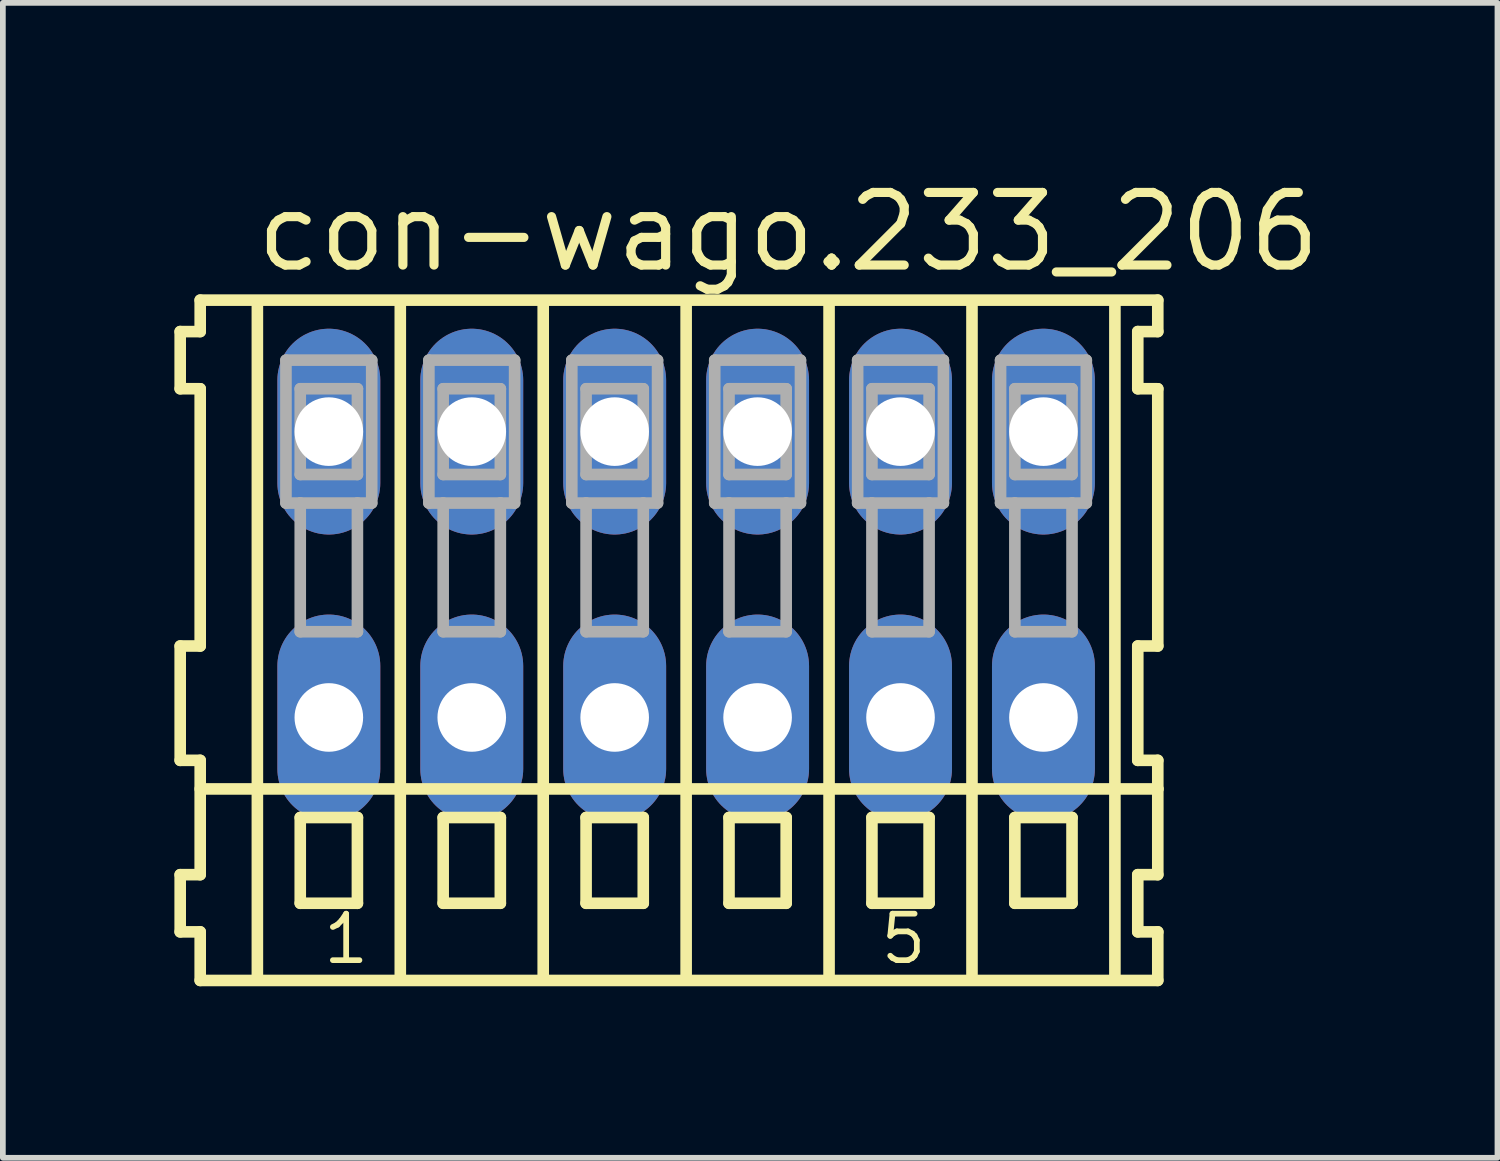
<source format=kicad_pcb>
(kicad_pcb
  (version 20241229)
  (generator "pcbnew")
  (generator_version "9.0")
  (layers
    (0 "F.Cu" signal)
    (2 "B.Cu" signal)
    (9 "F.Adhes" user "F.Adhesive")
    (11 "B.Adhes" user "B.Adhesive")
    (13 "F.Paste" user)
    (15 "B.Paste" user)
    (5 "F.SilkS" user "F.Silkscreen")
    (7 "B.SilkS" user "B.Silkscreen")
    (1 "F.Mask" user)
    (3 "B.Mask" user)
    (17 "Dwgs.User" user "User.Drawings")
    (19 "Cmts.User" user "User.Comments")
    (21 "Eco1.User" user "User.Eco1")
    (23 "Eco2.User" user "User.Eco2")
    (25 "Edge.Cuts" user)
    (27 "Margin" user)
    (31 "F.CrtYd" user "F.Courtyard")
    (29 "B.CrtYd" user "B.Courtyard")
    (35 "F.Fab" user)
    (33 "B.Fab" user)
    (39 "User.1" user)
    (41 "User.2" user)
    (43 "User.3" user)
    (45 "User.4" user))
  (footprint "con-wago.233_206"
    (layer "F.Cu")
    (at 8.952 7)
    (property "Reference" "con-wago.233_206" (at -7.6 -5.25 0) (layer "F.SilkS") (effects (font (size 1.27 1.27) (thickness 0.16)) (justify left bottom)))
    (attr through_hole)
    (fp_line (start -8.85 -4.25) (end -8.85 -3.25) (stroke (width 0.203) (type default)) (layer "F.SilkS"))
    (fp_line (start -8.85 -3.25) (end -8.5 -3.25) (stroke (width 0.203) (type default)) (layer "F.SilkS"))
    (fp_line (start -8.85 1.25) (end -8.85 3.25) (stroke (width 0.203) (type default)) (layer "F.SilkS"))
    (fp_line (start -8.85 3.25) (end -8.5 3.25) (stroke (width 0.203) (type default)) (layer "F.SilkS"))
    (fp_line (start -8.85 5.25) (end -8.85 6.25) (stroke (width 0.203) (type default)) (layer "F.SilkS"))
    (fp_line (start -8.85 6.25) (end -8.5 6.25) (stroke (width 0.203) (type default)) (layer "F.SilkS"))
    (fp_line (start -8.5 -4.8) (end -8.5 -4.25) (stroke (width 0.203) (type default)) (layer "F.SilkS"))
    (fp_line (start -8.5 -4.25) (end -8.85 -4.25) (stroke (width 0.203) (type default)) (layer "F.SilkS"))
    (fp_line (start -8.5 -3.25) (end -8.5 1.25) (stroke (width 0.203) (type default)) (layer "F.SilkS"))
    (fp_line (start -8.5 1.25) (end -8.85 1.25) (stroke (width 0.203) (type default)) (layer "F.SilkS"))
    (fp_line (start -8.5 3.25) (end -8.5 5.25) (stroke (width 0.203) (type default)) (layer "F.SilkS"))
    (fp_line (start -8.5 3.75) (end 8.25 3.75) (stroke (width 0.203) (type default)) (layer "F.SilkS"))
    (fp_line (start -8.5 5.25) (end -8.85 5.25) (stroke (width 0.203) (type default)) (layer "F.SilkS"))
    (fp_line (start -8.5 6.25) (end -8.5 7.1) (stroke (width 0.203) (type default)) (layer "F.SilkS"))
    (fp_line (start -8.5 7.1) (end 8.25 7.1) (stroke (width 0.203) (type default)) (layer "F.SilkS"))
    (fp_line (start -7.5 -4.75) (end -7.5 7) (stroke (width 0.203) (type default)) (layer "F.SilkS"))
    (fp_line (start -6.75 4.25) (end -6.75 5.75) (stroke (width 0.203) (type default)) (layer "F.SilkS"))
    (fp_line (start -6.75 5.75) (end -5.75 5.75) (stroke (width 0.203) (type default)) (layer "F.SilkS"))
    (fp_line (start -5.75 4.25) (end -6.75 4.25) (stroke (width 0.203) (type default)) (layer "F.SilkS"))
    (fp_line (start -5.75 5.75) (end -5.75 4.25) (stroke (width 0.203) (type default)) (layer "F.SilkS"))
    (fp_line (start -5 -4.75) (end -5 7) (stroke (width 0.203) (type default)) (layer "F.SilkS"))
    (fp_line (start -4.25 4.25) (end -4.25 5.75) (stroke (width 0.203) (type default)) (layer "F.SilkS"))
    (fp_line (start -4.25 5.75) (end -3.25 5.75) (stroke (width 0.203) (type default)) (layer "F.SilkS"))
    (fp_line (start -3.25 4.25) (end -4.25 4.25) (stroke (width 0.203) (type default)) (layer "F.SilkS"))
    (fp_line (start -3.25 5.75) (end -3.25 4.25) (stroke (width 0.203) (type default)) (layer "F.SilkS"))
    (fp_line (start -2.5 -4.75) (end -2.5 7) (stroke (width 0.203) (type default)) (layer "F.SilkS"))
    (fp_line (start -1.75 4.25) (end -1.75 5.75) (stroke (width 0.203) (type default)) (layer "F.SilkS"))
    (fp_line (start -1.75 5.75) (end -0.75 5.75) (stroke (width 0.203) (type default)) (layer "F.SilkS"))
    (fp_line (start -0.75 4.25) (end -1.75 4.25) (stroke (width 0.203) (type default)) (layer "F.SilkS"))
    (fp_line (start -0.75 5.75) (end -0.75 4.25) (stroke (width 0.203) (type default)) (layer "F.SilkS"))
    (fp_line (start 0 -4.75) (end 0 7) (stroke (width 0.203) (type default)) (layer "F.SilkS"))
    (fp_line (start 0.75 4.25) (end 0.75 5.75) (stroke (width 0.203) (type default)) (layer "F.SilkS"))
    (fp_line (start 0.75 5.75) (end 1.75 5.75) (stroke (width 0.203) (type default)) (layer "F.SilkS"))
    (fp_line (start 1.75 4.25) (end 0.75 4.25) (stroke (width 0.203) (type default)) (layer "F.SilkS"))
    (fp_line (start 1.75 5.75) (end 1.75 4.25) (stroke (width 0.203) (type default)) (layer "F.SilkS"))
    (fp_line (start 2.5 -4.75) (end 2.5 7) (stroke (width 0.203) (type default)) (layer "F.SilkS"))
    (fp_line (start 3.25 4.25) (end 3.25 5.75) (stroke (width 0.203) (type default)) (layer "F.SilkS"))
    (fp_line (start 3.25 5.75) (end 4.25 5.75) (stroke (width 0.203) (type default)) (layer "F.SilkS"))
    (fp_line (start 4.25 4.25) (end 3.25 4.25) (stroke (width 0.203) (type default)) (layer "F.SilkS"))
    (fp_line (start 4.25 5.75) (end 4.25 4.25) (stroke (width 0.203) (type default)) (layer "F.SilkS"))
    (fp_line (start 5 -4.75) (end 5 7) (stroke (width 0.203) (type default)) (layer "F.SilkS"))
    (fp_line (start 5.75 4.25) (end 5.75 5.75) (stroke (width 0.203) (type default)) (layer "F.SilkS"))
    (fp_line (start 5.75 5.75) (end 6.75 5.75) (stroke (width 0.203) (type default)) (layer "F.SilkS"))
    (fp_line (start 6.75 4.25) (end 5.75 4.25) (stroke (width 0.203) (type default)) (layer "F.SilkS"))
    (fp_line (start 6.75 5.75) (end 6.75 4.25) (stroke (width 0.203) (type default)) (layer "F.SilkS"))
    (fp_line (start 7.5 -4.75) (end 7.5 7) (stroke (width 0.203) (type default)) (layer "F.SilkS"))
    (fp_line (start 7.9 -4.25) (end 7.9 -3.25) (stroke (width 0.203) (type default)) (layer "F.SilkS"))
    (fp_line (start 7.9 -3.25) (end 8.25 -3.25) (stroke (width 0.203) (type default)) (layer "F.SilkS"))
    (fp_line (start 7.9 1.25) (end 7.9 3.25) (stroke (width 0.203) (type default)) (layer "F.SilkS"))
    (fp_line (start 7.9 3.25) (end 8.25 3.25) (stroke (width 0.203) (type default)) (layer "F.SilkS"))
    (fp_line (start 7.9 5.25) (end 7.9 6.25) (stroke (width 0.203) (type default)) (layer "F.SilkS"))
    (fp_line (start 7.9 6.25) (end 8.25 6.25) (stroke (width 0.203) (type default)) (layer "F.SilkS"))
    (fp_line (start 8.25 -4.8) (end -8.5 -4.8) (stroke (width 0.203) (type default)) (layer "F.SilkS"))
    (fp_line (start 8.25 -4.25) (end 7.9 -4.25) (stroke (width 0.203) (type default)) (layer "F.SilkS"))
    (fp_line (start 8.25 -4.25) (end 8.25 -4.8) (stroke (width 0.203) (type default)) (layer "F.SilkS"))
    (fp_line (start 8.25 1.25) (end 7.9 1.25) (stroke (width 0.203) (type default)) (layer "F.SilkS"))
    (fp_line (start 8.25 1.25) (end 8.25 -3.25) (stroke (width 0.203) (type default)) (layer "F.SilkS"))
    (fp_line (start 8.25 3.75) (end 8.25 3.25) (stroke (width 0.203) (type default)) (layer "F.SilkS"))
    (fp_line (start 8.25 5.25) (end 7.9 5.25) (stroke (width 0.203) (type default)) (layer "F.SilkS"))
    (fp_line (start 8.25 5.25) (end 8.25 3.75) (stroke (width 0.203) (type default)) (layer "F.SilkS"))
    (fp_line (start 8.25 7.1) (end 8.25 6.25) (stroke (width 0.203) (type default)) (layer "F.SilkS"))
    (fp_line (start -7 -3.75) (end -7 -1.25) (stroke (width 0.203) (type default)) (layer "F.Fab"))
    (fp_line (start -7 -1.25) (end -6.75 -1.25) (stroke (width 0.203) (type default)) (layer "F.Fab"))
    (fp_line (start -6.75 -3.25) (end -6.75 -1.75) (stroke (width 0.203) (type default)) (layer "F.Fab"))
    (fp_line (start -6.75 -1.75) (end -5.75 -1.75) (stroke (width 0.203) (type default)) (layer "F.Fab"))
    (fp_line (start -6.75 -1.25) (end -6.75 1) (stroke (width 0.203) (type default)) (layer "F.Fab"))
    (fp_line (start -6.75 -1.25) (end -5.75 -1.25) (stroke (width 0.203) (type default)) (layer "F.Fab"))
    (fp_line (start -6.75 1) (end -5.75 1) (stroke (width 0.203) (type default)) (layer "F.Fab"))
    (fp_line (start -5.75 -3.25) (end -6.75 -3.25) (stroke (width 0.203) (type default)) (layer "F.Fab"))
    (fp_line (start -5.75 -1.75) (end -5.75 -3.25) (stroke (width 0.203) (type default)) (layer "F.Fab"))
    (fp_line (start -5.75 -1.25) (end -5.5 -1.25) (stroke (width 0.203) (type default)) (layer "F.Fab"))
    (fp_line (start -5.75 1) (end -5.75 -1.25) (stroke (width 0.203) (type default)) (layer "F.Fab"))
    (fp_line (start -5.5 -3.75) (end -7 -3.75) (stroke (width 0.203) (type default)) (layer "F.Fab"))
    (fp_line (start -5.5 -1.25) (end -5.5 -3.75) (stroke (width 0.203) (type default)) (layer "F.Fab"))
    (fp_line (start -4.5 -3.75) (end -4.5 -1.25) (stroke (width 0.203) (type default)) (layer "F.Fab"))
    (fp_line (start -4.5 -1.25) (end -4.25 -1.25) (stroke (width 0.203) (type default)) (layer "F.Fab"))
    (fp_line (start -4.25 -3.25) (end -4.25 -1.75) (stroke (width 0.203) (type default)) (layer "F.Fab"))
    (fp_line (start -4.25 -1.75) (end -3.25 -1.75) (stroke (width 0.203) (type default)) (layer "F.Fab"))
    (fp_line (start -4.25 -1.25) (end -4.25 1) (stroke (width 0.203) (type default)) (layer "F.Fab"))
    (fp_line (start -4.25 -1.25) (end -3.25 -1.25) (stroke (width 0.203) (type default)) (layer "F.Fab"))
    (fp_line (start -4.25 1) (end -3.25 1) (stroke (width 0.203) (type default)) (layer "F.Fab"))
    (fp_line (start -3.25 -3.25) (end -4.25 -3.25) (stroke (width 0.203) (type default)) (layer "F.Fab"))
    (fp_line (start -3.25 -1.75) (end -3.25 -3.25) (stroke (width 0.203) (type default)) (layer "F.Fab"))
    (fp_line (start -3.25 -1.25) (end -3 -1.25) (stroke (width 0.203) (type default)) (layer "F.Fab"))
    (fp_line (start -3.25 1) (end -3.25 -1.25) (stroke (width 0.203) (type default)) (layer "F.Fab"))
    (fp_line (start -3 -3.75) (end -4.5 -3.75) (stroke (width 0.203) (type default)) (layer "F.Fab"))
    (fp_line (start -3 -1.25) (end -3 -3.75) (stroke (width 0.203) (type default)) (layer "F.Fab"))
    (fp_line (start -2 -3.75) (end -2 -1.25) (stroke (width 0.203) (type default)) (layer "F.Fab"))
    (fp_line (start -2 -1.25) (end -1.75 -1.25) (stroke (width 0.203) (type default)) (layer "F.Fab"))
    (fp_line (start -1.75 -3.25) (end -1.75 -1.75) (stroke (width 0.203) (type default)) (layer "F.Fab"))
    (fp_line (start -1.75 -1.75) (end -0.75 -1.75) (stroke (width 0.203) (type default)) (layer "F.Fab"))
    (fp_line (start -1.75 -1.25) (end -1.75 1) (stroke (width 0.203) (type default)) (layer "F.Fab"))
    (fp_line (start -1.75 -1.25) (end -0.75 -1.25) (stroke (width 0.203) (type default)) (layer "F.Fab"))
    (fp_line (start -1.75 1) (end -0.75 1) (stroke (width 0.203) (type default)) (layer "F.Fab"))
    (fp_line (start -0.75 -3.25) (end -1.75 -3.25) (stroke (width 0.203) (type default)) (layer "F.Fab"))
    (fp_line (start -0.75 -1.75) (end -0.75 -3.25) (stroke (width 0.203) (type default)) (layer "F.Fab"))
    (fp_line (start -0.75 -1.25) (end -0.5 -1.25) (stroke (width 0.203) (type default)) (layer "F.Fab"))
    (fp_line (start -0.75 1) (end -0.75 -1.25) (stroke (width 0.203) (type default)) (layer "F.Fab"))
    (fp_line (start -0.5 -3.75) (end -2 -3.75) (stroke (width 0.203) (type default)) (layer "F.Fab"))
    (fp_line (start -0.5 -1.25) (end -0.5 -3.75) (stroke (width 0.203) (type default)) (layer "F.Fab"))
    (fp_line (start 0.5 -3.75) (end 0.5 -1.25) (stroke (width 0.203) (type default)) (layer "F.Fab"))
    (fp_line (start 0.5 -1.25) (end 0.75 -1.25) (stroke (width 0.203) (type default)) (layer "F.Fab"))
    (fp_line (start 0.75 -3.25) (end 0.75 -1.75) (stroke (width 0.203) (type default)) (layer "F.Fab"))
    (fp_line (start 0.75 -1.75) (end 1.75 -1.75) (stroke (width 0.203) (type default)) (layer "F.Fab"))
    (fp_line (start 0.75 -1.25) (end 0.75 1) (stroke (width 0.203) (type default)) (layer "F.Fab"))
    (fp_line (start 0.75 -1.25) (end 1.75 -1.25) (stroke (width 0.203) (type default)) (layer "F.Fab"))
    (fp_line (start 0.75 1) (end 1.75 1) (stroke (width 0.203) (type default)) (layer "F.Fab"))
    (fp_line (start 1.75 -3.25) (end 0.75 -3.25) (stroke (width 0.203) (type default)) (layer "F.Fab"))
    (fp_line (start 1.75 -1.75) (end 1.75 -3.25) (stroke (width 0.203) (type default)) (layer "F.Fab"))
    (fp_line (start 1.75 -1.25) (end 2 -1.25) (stroke (width 0.203) (type default)) (layer "F.Fab"))
    (fp_line (start 1.75 1) (end 1.75 -1.25) (stroke (width 0.203) (type default)) (layer "F.Fab"))
    (fp_line (start 2 -3.75) (end 0.5 -3.75) (stroke (width 0.203) (type default)) (layer "F.Fab"))
    (fp_line (start 2 -1.25) (end 2 -3.75) (stroke (width 0.203) (type default)) (layer "F.Fab"))
    (fp_line (start 3 -3.75) (end 3 -1.25) (stroke (width 0.203) (type default)) (layer "F.Fab"))
    (fp_line (start 3 -1.25) (end 3.25 -1.25) (stroke (width 0.203) (type default)) (layer "F.Fab"))
    (fp_line (start 3.25 -3.25) (end 3.25 -1.75) (stroke (width 0.203) (type default)) (layer "F.Fab"))
    (fp_line (start 3.25 -1.75) (end 4.25 -1.75) (stroke (width 0.203) (type default)) (layer "F.Fab"))
    (fp_line (start 3.25 -1.25) (end 3.25 1) (stroke (width 0.203) (type default)) (layer "F.Fab"))
    (fp_line (start 3.25 -1.25) (end 4.25 -1.25) (stroke (width 0.203) (type default)) (layer "F.Fab"))
    (fp_line (start 3.25 1) (end 4.25 1) (stroke (width 0.203) (type default)) (layer "F.Fab"))
    (fp_line (start 4.25 -3.25) (end 3.25 -3.25) (stroke (width 0.203) (type default)) (layer "F.Fab"))
    (fp_line (start 4.25 -1.75) (end 4.25 -3.25) (stroke (width 0.203) (type default)) (layer "F.Fab"))
    (fp_line (start 4.25 -1.25) (end 4.5 -1.25) (stroke (width 0.203) (type default)) (layer "F.Fab"))
    (fp_line (start 4.25 1) (end 4.25 -1.25) (stroke (width 0.203) (type default)) (layer "F.Fab"))
    (fp_line (start 4.5 -3.75) (end 3 -3.75) (stroke (width 0.203) (type default)) (layer "F.Fab"))
    (fp_line (start 4.5 -1.25) (end 4.5 -3.75) (stroke (width 0.203) (type default)) (layer "F.Fab"))
    (fp_line (start 5.5 -3.75) (end 5.5 -1.25) (stroke (width 0.203) (type default)) (layer "F.Fab"))
    (fp_line (start 5.5 -1.25) (end 5.75 -1.25) (stroke (width 0.203) (type default)) (layer "F.Fab"))
    (fp_line (start 5.75 -3.25) (end 5.75 -1.75) (stroke (width 0.203) (type default)) (layer "F.Fab"))
    (fp_line (start 5.75 -1.75) (end 6.75 -1.75) (stroke (width 0.203) (type default)) (layer "F.Fab"))
    (fp_line (start 5.75 -1.25) (end 5.75 1) (stroke (width 0.203) (type default)) (layer "F.Fab"))
    (fp_line (start 5.75 -1.25) (end 6.75 -1.25) (stroke (width 0.203) (type default)) (layer "F.Fab"))
    (fp_line (start 5.75 1) (end 6.75 1) (stroke (width 0.203) (type default)) (layer "F.Fab"))
    (fp_line (start 6.75 -3.25) (end 5.75 -3.25) (stroke (width 0.203) (type default)) (layer "F.Fab"))
    (fp_line (start 6.75 -1.75) (end 6.75 -3.25) (stroke (width 0.203) (type default)) (layer "F.Fab"))
    (fp_line (start 6.75 -1.25) (end 7 -1.25) (stroke (width 0.203) (type default)) (layer "F.Fab"))
    (fp_line (start 6.75 1) (end 6.75 -1.25) (stroke (width 0.203) (type default)) (layer "F.Fab"))
    (fp_line (start 7 -3.75) (end 5.5 -3.75) (stroke (width 0.203) (type default)) (layer "F.Fab"))
    (fp_line (start 7 -1.25) (end 7 -3.75) (stroke (width 0.203) (type default)) (layer "F.Fab"))
    (fp_text user "5" (at 3.35 6.85 0) (layer "F.SilkS") (effects (font (size 0.813 0.813) (thickness 0.1)) (justify left bottom)))
    (fp_text user "1" (at -6.4 6.85 0) (layer "F.SilkS") (effects (font (size 0.813 0.813) (thickness 0.1)) (justify left bottom)))
    (pad "A1" thru_hole oval (at -6.25 -2.5 90) (size 3.6 1.8) (drill 1.2) (layers "*.Cu" "*.Mask"))
    (pad "A2" thru_hole oval (at -3.75 -2.5 90) (size 3.6 1.8) (drill 1.2) (layers "*.Cu" "*.Mask"))
    (pad "A3" thru_hole oval (at -1.25 -2.5 90) (size 3.6 1.8) (drill 1.2) (layers "*.Cu" "*.Mask"))
    (pad "A4" thru_hole oval (at 1.25 -2.5 90) (size 3.6 1.8) (drill 1.2) (layers "*.Cu" "*.Mask"))
    (pad "A5" thru_hole oval (at 3.75 -2.5 90) (size 3.6 1.8) (drill 1.2) (layers "*.Cu" "*.Mask"))
    (pad "A6" thru_hole oval (at 6.25 -2.5 90) (size 3.6 1.8) (drill 1.2) (layers "*.Cu" "*.Mask"))
    (pad "B1" thru_hole oval (at -6.25 2.5 90) (size 3.6 1.8) (drill 1.2) (layers "*.Cu" "*.Mask"))
    (pad "B2" thru_hole oval (at -3.75 2.5 90) (size 3.6 1.8) (drill 1.2) (layers "*.Cu" "*.Mask"))
    (pad "B3" thru_hole oval (at -1.25 2.5 90) (size 3.6 1.8) (drill 1.2) (layers "*.Cu" "*.Mask"))
    (pad "B4" thru_hole oval (at 1.25 2.5 90) (size 3.6 1.8) (drill 1.2) (layers "*.Cu" "*.Mask"))
    (pad "B5" thru_hole oval (at 3.75 2.5 90) (size 3.6 1.8) (drill 1.2) (layers "*.Cu" "*.Mask"))
    (pad "B6" thru_hole oval (at 6.25 2.5 90) (size 3.6 1.8) (drill 1.2) (layers "*.Cu" "*.Mask")))
  (gr_rect
    (start -3 -3)
    (end 23.144 17.202)
    (stroke (width 0.1) (type default))
    (fill no)
    (layer "Edge.Cuts")))
</source>
